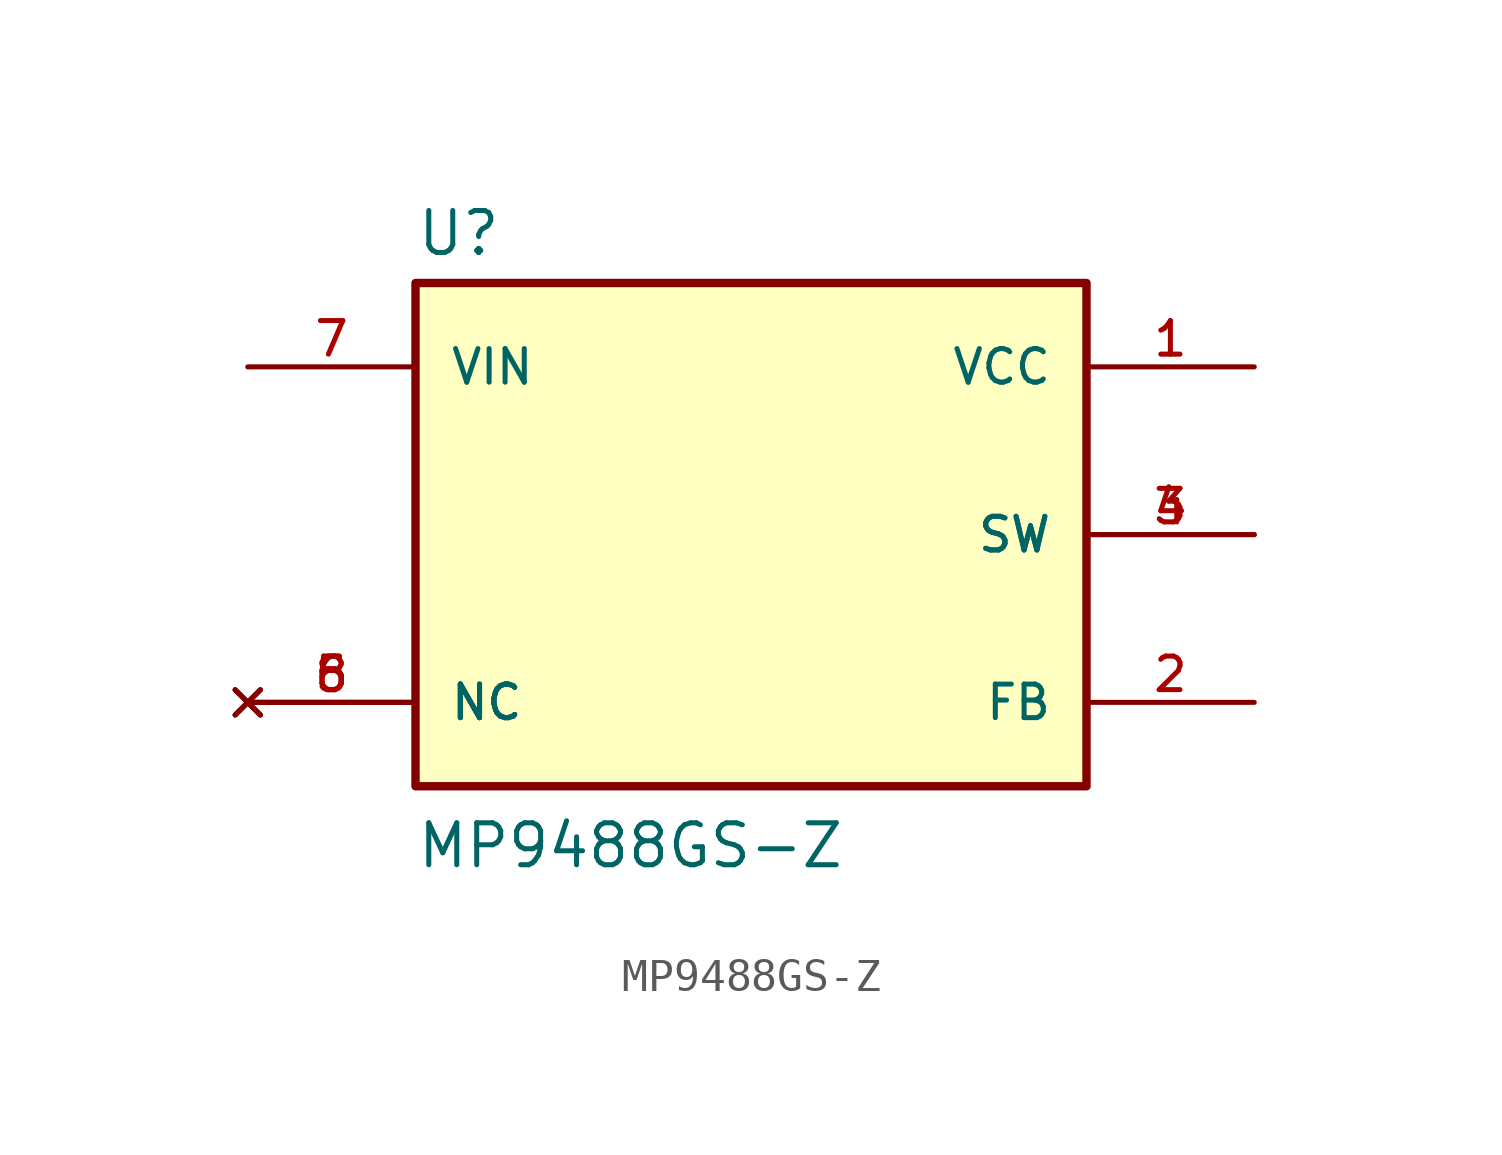
<source format=kicad_sym>
(kicad_symbol_lib
  (version 20211014)
  (generator kicad_symbol_editor)
  (symbol "MP9488GS-Z"
    (pin_names
      (offset 1.016))
    (property "Reference" "U"
      (at -10.16 8.382 0)
      (effects (font (size 1.27 1.27)) (justify bottom left)))
    (property "Value" "MP9488GS-Z"
      (at -10.16 -10.16 0)
      (effects (font (size 1.27 1.27)) (justify bottom left)))
    (symbol "MP9488GS-Z_0_0"
      (rectangle (start -10.16 -7.62) (end 10.16 7.62) (stroke (width 0.254)) (fill (type background)))
      (pin power_in line (at 15.24 5.08 180.0) (length 5.08) (name "VCC" (effects (font (size 1.016 1.016)))) (number "1" (effects (font (size 1.016 1.016)))))
      (pin input line (at 15.24 -5.08 180.0) (length 5.08) (name "FB" (effects (font (size 1.016 1.016)))) (number "2" (effects (font (size 1.016 1.016)))))
      (pin output line (at 15.24 0.0 180.0) (length 5.08) (name "SW" (effects (font (size 1.016 1.016)))) (number "3" (effects (font (size 1.016 1.016)))))
      (pin output line (at 15.24 0.0 180.0) (length 5.08) (name "SW" (effects (font (size 1.016 1.016)))) (number "4" (effects (font (size 1.016 1.016)))))
      (pin no_connect line (at -15.24 -5.08 0) (length 5.08) (name "NC" (effects (font (size 1.016 1.016)))) (number "5" (effects (font (size 1.016 1.016)))))
      (pin no_connect line (at -15.24 -5.08 0) (length 5.08) (name "NC" (effects (font (size 1.016 1.016)))) (number "6" (effects (font (size 1.016 1.016)))))
      (pin no_connect line (at -15.24 -5.08 0) (length 5.08) (name "NC" (effects (font (size 1.016 1.016)))) (number "8" (effects (font (size 1.016 1.016)))))
      (pin input line (at -15.24 5.08 0) (length 5.08) (name "VIN" (effects (font (size 1.016 1.016)))) (number "7" (effects (font (size 1.016 1.016))))))))
</source>
